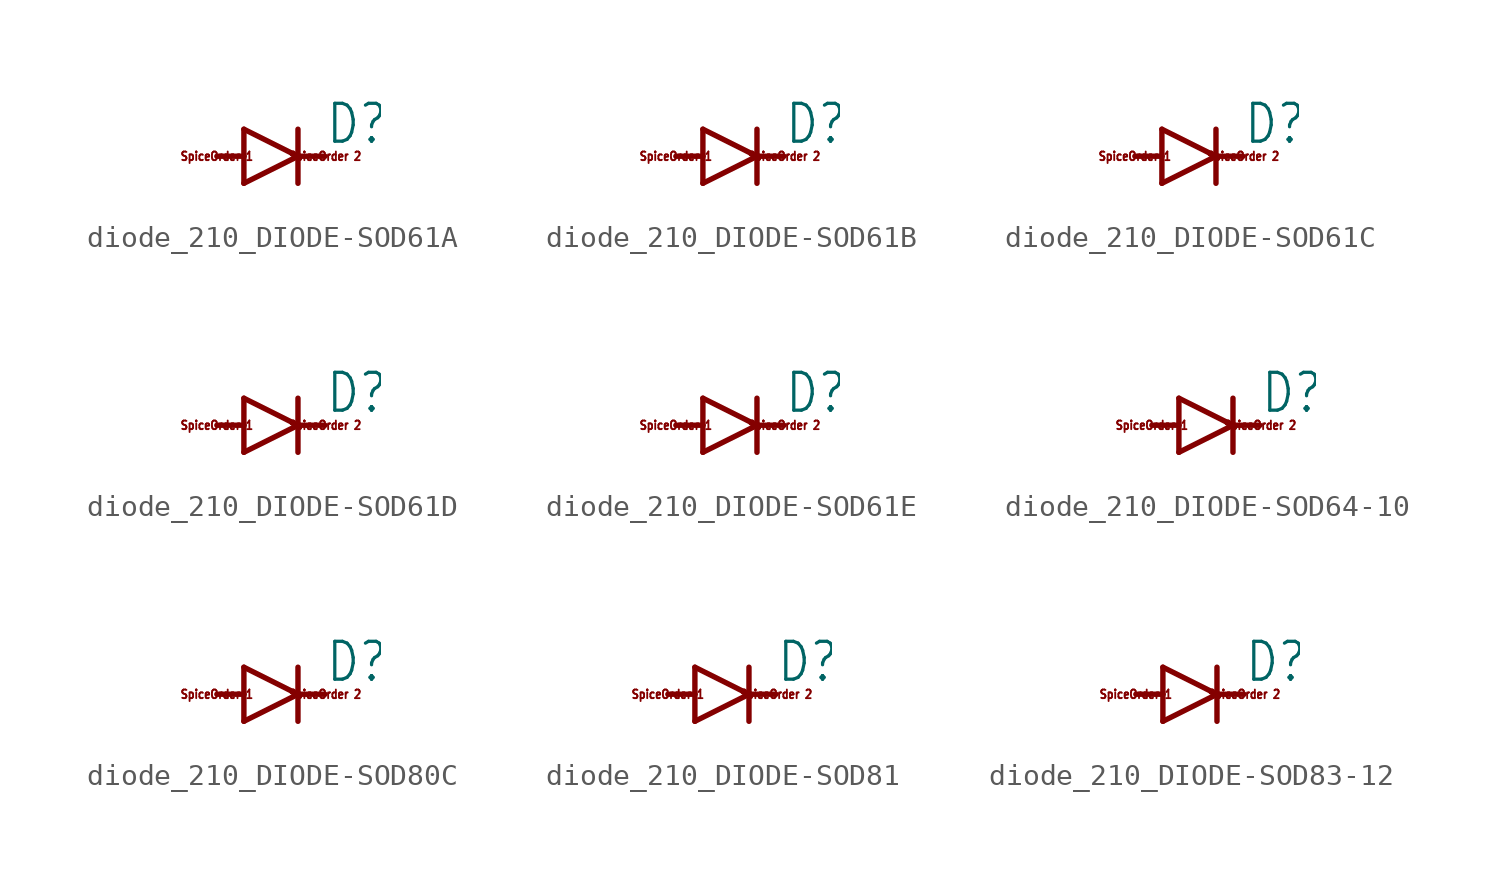
<source format=kicad_sym>
(kicad_symbol_lib
  (version 20241209)
  (generator "kicad_symbol_editor")
  (generator_version "9.0")
  (symbol "diode_210_DIODE-SOD61A"
    (property "Reference" "D"
      (at 2.54 0.483 0)
      (effects (font (size 1.778 1.511)) (justify left bottom)))
    (property "Value" ""
      (at 2.54 -2.311 0)
      (effects (font (size 1.778 1.511)) (justify left bottom)))
    (property "ki_locked" ""
      (at 0 0 0)
      (effects (font (size 1.27 1.27))))
    (symbol "diode_210_DIODE-SOD61A_1_0"
      (polyline (pts (xy -1.27 1.27) (xy -1.27 0)) (stroke (width 0.254) (type solid)) (fill (type none)))
      (polyline (pts (xy -1.27 0) (xy -2.54 0)) (stroke (width 0.254) (type solid)) (fill (type none)))
      (polyline (pts (xy -1.27 0) (xy -1.27 -1.27)) (stroke (width 0.254) (type solid)) (fill (type none)))
      (polyline (pts (xy -1.27 -1.27) (xy 1.27 0)) (stroke (width 0.254) (type solid)) (fill (type none)))
      (polyline (pts (xy 1.27 1.27) (xy 1.27 0)) (stroke (width 0.254) (type solid)) (fill (type none)))
      (polyline (pts (xy 1.27 0) (xy -1.27 1.27)) (stroke (width 0.254) (type solid)) (fill (type none)))
      (polyline (pts (xy 1.27 0) (xy 1.27 -1.27)) (stroke (width 0.254) (type solid)) (fill (type none)))
      (polyline (pts (xy 2.54 0) (xy 1.27 0)) (stroke (width 0.254) (type solid)) (fill (type none)))
      (text "SpiceOrder 1" (at -2.54 0 0) (effects (font (size 0.406 0.345))))
      (text "SpiceOrder 2" (at 2.54 0 0) (effects (font (size 0.406 0.345))))
      (pin passive line (at -2.54 0 0) (length 0) (name "A" (effects (font (size 0 0)))) (number "A" (effects (font (size 0 0)))))
      (pin passive line (at 2.54 0 180) (length 0) (name "C" (effects (font (size 0 0)))) (number "C" (effects (font (size 0 0)))))))
  (symbol "diode_210_DIODE-SOD61B"
    (property "Reference" "D"
      (at 2.54 0.483 0)
      (effects (font (size 1.778 1.511)) (justify left bottom)))
    (property "Value" ""
      (at 2.54 -2.311 0)
      (effects (font (size 1.778 1.511)) (justify left bottom)))
    (property "ki_locked" ""
      (at 0 0 0)
      (effects (font (size 1.27 1.27))))
    (symbol "diode_210_DIODE-SOD61B_1_0"
      (polyline (pts (xy -1.27 1.27) (xy -1.27 0)) (stroke (width 0.254) (type solid)) (fill (type none)))
      (polyline (pts (xy -1.27 0) (xy -2.54 0)) (stroke (width 0.254) (type solid)) (fill (type none)))
      (polyline (pts (xy -1.27 0) (xy -1.27 -1.27)) (stroke (width 0.254) (type solid)) (fill (type none)))
      (polyline (pts (xy -1.27 -1.27) (xy 1.27 0)) (stroke (width 0.254) (type solid)) (fill (type none)))
      (polyline (pts (xy 1.27 1.27) (xy 1.27 0)) (stroke (width 0.254) (type solid)) (fill (type none)))
      (polyline (pts (xy 1.27 0) (xy -1.27 1.27)) (stroke (width 0.254) (type solid)) (fill (type none)))
      (polyline (pts (xy 1.27 0) (xy 1.27 -1.27)) (stroke (width 0.254) (type solid)) (fill (type none)))
      (polyline (pts (xy 2.54 0) (xy 1.27 0)) (stroke (width 0.254) (type solid)) (fill (type none)))
      (text "SpiceOrder 1" (at -2.54 0 0) (effects (font (size 0.406 0.345))))
      (text "SpiceOrder 2" (at 2.54 0 0) (effects (font (size 0.406 0.345))))
      (pin passive line (at -2.54 0 0) (length 0) (name "A" (effects (font (size 0 0)))) (number "A" (effects (font (size 0 0)))))
      (pin passive line (at 2.54 0 180) (length 0) (name "C" (effects (font (size 0 0)))) (number "C" (effects (font (size 0 0)))))))
  (symbol "diode_210_DIODE-SOD61C"
    (property "Reference" "D"
      (at 2.54 0.483 0)
      (effects (font (size 1.778 1.511)) (justify left bottom)))
    (property "Value" ""
      (at 2.54 -2.311 0)
      (effects (font (size 1.778 1.511)) (justify left bottom)))
    (property "ki_locked" ""
      (at 0 0 0)
      (effects (font (size 1.27 1.27))))
    (symbol "diode_210_DIODE-SOD61C_1_0"
      (polyline (pts (xy -1.27 1.27) (xy -1.27 0)) (stroke (width 0.254) (type solid)) (fill (type none)))
      (polyline (pts (xy -1.27 0) (xy -2.54 0)) (stroke (width 0.254) (type solid)) (fill (type none)))
      (polyline (pts (xy -1.27 0) (xy -1.27 -1.27)) (stroke (width 0.254) (type solid)) (fill (type none)))
      (polyline (pts (xy -1.27 -1.27) (xy 1.27 0)) (stroke (width 0.254) (type solid)) (fill (type none)))
      (polyline (pts (xy 1.27 1.27) (xy 1.27 0)) (stroke (width 0.254) (type solid)) (fill (type none)))
      (polyline (pts (xy 1.27 0) (xy -1.27 1.27)) (stroke (width 0.254) (type solid)) (fill (type none)))
      (polyline (pts (xy 1.27 0) (xy 1.27 -1.27)) (stroke (width 0.254) (type solid)) (fill (type none)))
      (polyline (pts (xy 2.54 0) (xy 1.27 0)) (stroke (width 0.254) (type solid)) (fill (type none)))
      (text "SpiceOrder 1" (at -2.54 0 0) (effects (font (size 0.406 0.345))))
      (text "SpiceOrder 2" (at 2.54 0 0) (effects (font (size 0.406 0.345))))
      (pin passive line (at -2.54 0 0) (length 0) (name "A" (effects (font (size 0 0)))) (number "A" (effects (font (size 0 0)))))
      (pin passive line (at 2.54 0 180) (length 0) (name "C" (effects (font (size 0 0)))) (number "C" (effects (font (size 0 0)))))))
  (symbol "diode_210_DIODE-SOD61D"
    (property "Reference" "D"
      (at 2.54 0.483 0)
      (effects (font (size 1.778 1.511)) (justify left bottom)))
    (property "Value" ""
      (at 2.54 -2.311 0)
      (effects (font (size 1.778 1.511)) (justify left bottom)))
    (property "ki_locked" ""
      (at 0 0 0)
      (effects (font (size 1.27 1.27))))
    (symbol "diode_210_DIODE-SOD61D_1_0"
      (polyline (pts (xy -1.27 1.27) (xy -1.27 0)) (stroke (width 0.254) (type solid)) (fill (type none)))
      (polyline (pts (xy -1.27 0) (xy -2.54 0)) (stroke (width 0.254) (type solid)) (fill (type none)))
      (polyline (pts (xy -1.27 0) (xy -1.27 -1.27)) (stroke (width 0.254) (type solid)) (fill (type none)))
      (polyline (pts (xy -1.27 -1.27) (xy 1.27 0)) (stroke (width 0.254) (type solid)) (fill (type none)))
      (polyline (pts (xy 1.27 1.27) (xy 1.27 0)) (stroke (width 0.254) (type solid)) (fill (type none)))
      (polyline (pts (xy 1.27 0) (xy -1.27 1.27)) (stroke (width 0.254) (type solid)) (fill (type none)))
      (polyline (pts (xy 1.27 0) (xy 1.27 -1.27)) (stroke (width 0.254) (type solid)) (fill (type none)))
      (polyline (pts (xy 2.54 0) (xy 1.27 0)) (stroke (width 0.254) (type solid)) (fill (type none)))
      (text "SpiceOrder 1" (at -2.54 0 0) (effects (font (size 0.406 0.345))))
      (text "SpiceOrder 2" (at 2.54 0 0) (effects (font (size 0.406 0.345))))
      (pin passive line (at -2.54 0 0) (length 0) (name "A" (effects (font (size 0 0)))) (number "A" (effects (font (size 0 0)))))
      (pin passive line (at 2.54 0 180) (length 0) (name "C" (effects (font (size 0 0)))) (number "C" (effects (font (size 0 0)))))))
  (symbol "diode_210_DIODE-SOD61E"
    (property "Reference" "D"
      (at 2.54 0.483 0)
      (effects (font (size 1.778 1.511)) (justify left bottom)))
    (property "Value" ""
      (at 2.54 -2.311 0)
      (effects (font (size 1.778 1.511)) (justify left bottom)))
    (property "ki_locked" ""
      (at 0 0 0)
      (effects (font (size 1.27 1.27))))
    (symbol "diode_210_DIODE-SOD61E_1_0"
      (polyline (pts (xy -1.27 1.27) (xy -1.27 0)) (stroke (width 0.254) (type solid)) (fill (type none)))
      (polyline (pts (xy -1.27 0) (xy -2.54 0)) (stroke (width 0.254) (type solid)) (fill (type none)))
      (polyline (pts (xy -1.27 0) (xy -1.27 -1.27)) (stroke (width 0.254) (type solid)) (fill (type none)))
      (polyline (pts (xy -1.27 -1.27) (xy 1.27 0)) (stroke (width 0.254) (type solid)) (fill (type none)))
      (polyline (pts (xy 1.27 1.27) (xy 1.27 0)) (stroke (width 0.254) (type solid)) (fill (type none)))
      (polyline (pts (xy 1.27 0) (xy -1.27 1.27)) (stroke (width 0.254) (type solid)) (fill (type none)))
      (polyline (pts (xy 1.27 0) (xy 1.27 -1.27)) (stroke (width 0.254) (type solid)) (fill (type none)))
      (polyline (pts (xy 2.54 0) (xy 1.27 0)) (stroke (width 0.254) (type solid)) (fill (type none)))
      (text "SpiceOrder 1" (at -2.54 0 0) (effects (font (size 0.406 0.345))))
      (text "SpiceOrder 2" (at 2.54 0 0) (effects (font (size 0.406 0.345))))
      (pin passive line (at -2.54 0 0) (length 0) (name "A" (effects (font (size 0 0)))) (number "A" (effects (font (size 0 0)))))
      (pin passive line (at 2.54 0 180) (length 0) (name "C" (effects (font (size 0 0)))) (number "C" (effects (font (size 0 0)))))))
  (symbol "diode_210_DIODE-SOD64-10"
    (property "Reference" "D"
      (at 2.54 0.483 0)
      (effects (font (size 1.778 1.511)) (justify left bottom)))
    (property "Value" ""
      (at 2.54 -2.311 0)
      (effects (font (size 1.778 1.511)) (justify left bottom)))
    (property "ki_locked" ""
      (at 0 0 0)
      (effects (font (size 1.27 1.27))))
    (symbol "diode_210_DIODE-SOD64-10_1_0"
      (polyline (pts (xy -1.27 1.27) (xy -1.27 0)) (stroke (width 0.254) (type solid)) (fill (type none)))
      (polyline (pts (xy -1.27 0) (xy -2.54 0)) (stroke (width 0.254) (type solid)) (fill (type none)))
      (polyline (pts (xy -1.27 0) (xy -1.27 -1.27)) (stroke (width 0.254) (type solid)) (fill (type none)))
      (polyline (pts (xy -1.27 -1.27) (xy 1.27 0)) (stroke (width 0.254) (type solid)) (fill (type none)))
      (polyline (pts (xy 1.27 1.27) (xy 1.27 0)) (stroke (width 0.254) (type solid)) (fill (type none)))
      (polyline (pts (xy 1.27 0) (xy -1.27 1.27)) (stroke (width 0.254) (type solid)) (fill (type none)))
      (polyline (pts (xy 1.27 0) (xy 1.27 -1.27)) (stroke (width 0.254) (type solid)) (fill (type none)))
      (polyline (pts (xy 2.54 0) (xy 1.27 0)) (stroke (width 0.254) (type solid)) (fill (type none)))
      (text "SpiceOrder 1" (at -2.54 0 0) (effects (font (size 0.406 0.345))))
      (text "SpiceOrder 2" (at 2.54 0 0) (effects (font (size 0.406 0.345))))
      (pin passive line (at -2.54 0 0) (length 0) (name "A" (effects (font (size 0 0)))) (number "A" (effects (font (size 0 0)))))
      (pin passive line (at 2.54 0 180) (length 0) (name "C" (effects (font (size 0 0)))) (number "C" (effects (font (size 0 0)))))))
  (symbol "diode_210_DIODE-SOD80C"
    (property "Reference" "D"
      (at 2.54 0.483 0)
      (effects (font (size 1.778 1.511)) (justify left bottom)))
    (property "Value" ""
      (at 2.54 -2.311 0)
      (effects (font (size 1.778 1.511)) (justify left bottom)))
    (property "ki_locked" ""
      (at 0 0 0)
      (effects (font (size 1.27 1.27))))
    (symbol "diode_210_DIODE-SOD80C_1_0"
      (polyline (pts (xy -1.27 1.27) (xy -1.27 0)) (stroke (width 0.254) (type solid)) (fill (type none)))
      (polyline (pts (xy -1.27 0) (xy -2.54 0)) (stroke (width 0.254) (type solid)) (fill (type none)))
      (polyline (pts (xy -1.27 0) (xy -1.27 -1.27)) (stroke (width 0.254) (type solid)) (fill (type none)))
      (polyline (pts (xy -1.27 -1.27) (xy 1.27 0)) (stroke (width 0.254) (type solid)) (fill (type none)))
      (polyline (pts (xy 1.27 1.27) (xy 1.27 0)) (stroke (width 0.254) (type solid)) (fill (type none)))
      (polyline (pts (xy 1.27 0) (xy -1.27 1.27)) (stroke (width 0.254) (type solid)) (fill (type none)))
      (polyline (pts (xy 1.27 0) (xy 1.27 -1.27)) (stroke (width 0.254) (type solid)) (fill (type none)))
      (polyline (pts (xy 2.54 0) (xy 1.27 0)) (stroke (width 0.254) (type solid)) (fill (type none)))
      (text "SpiceOrder 1" (at -2.54 0 0) (effects (font (size 0.406 0.345))))
      (text "SpiceOrder 2" (at 2.54 0 0) (effects (font (size 0.406 0.345))))
      (pin passive line (at -2.54 0 0) (length 0) (name "A" (effects (font (size 0 0)))) (number "A" (effects (font (size 0 0)))))
      (pin passive line (at 2.54 0 180) (length 0) (name "C" (effects (font (size 0 0)))) (number "C" (effects (font (size 0 0)))))))
  (symbol "diode_210_DIODE-SOD81"
    (property "Reference" "D"
      (at 2.54 0.483 0)
      (effects (font (size 1.778 1.511)) (justify left bottom)))
    (property "Value" ""
      (at 2.54 -2.311 0)
      (effects (font (size 1.778 1.511)) (justify left bottom)))
    (property "ki_locked" ""
      (at 0 0 0)
      (effects (font (size 1.27 1.27))))
    (symbol "diode_210_DIODE-SOD81_1_0"
      (polyline (pts (xy -1.27 1.27) (xy -1.27 0)) (stroke (width 0.254) (type solid)) (fill (type none)))
      (polyline (pts (xy -1.27 0) (xy -2.54 0)) (stroke (width 0.254) (type solid)) (fill (type none)))
      (polyline (pts (xy -1.27 0) (xy -1.27 -1.27)) (stroke (width 0.254) (type solid)) (fill (type none)))
      (polyline (pts (xy -1.27 -1.27) (xy 1.27 0)) (stroke (width 0.254) (type solid)) (fill (type none)))
      (polyline (pts (xy 1.27 1.27) (xy 1.27 0)) (stroke (width 0.254) (type solid)) (fill (type none)))
      (polyline (pts (xy 1.27 0) (xy -1.27 1.27)) (stroke (width 0.254) (type solid)) (fill (type none)))
      (polyline (pts (xy 1.27 0) (xy 1.27 -1.27)) (stroke (width 0.254) (type solid)) (fill (type none)))
      (polyline (pts (xy 2.54 0) (xy 1.27 0)) (stroke (width 0.254) (type solid)) (fill (type none)))
      (text "SpiceOrder 1" (at -2.54 0 0) (effects (font (size 0.406 0.345))))
      (text "SpiceOrder 2" (at 2.54 0 0) (effects (font (size 0.406 0.345))))
      (pin passive line (at -2.54 0 0) (length 0) (name "A" (effects (font (size 0 0)))) (number "A" (effects (font (size 0 0)))))
      (pin passive line (at 2.54 0 180) (length 0) (name "C" (effects (font (size 0 0)))) (number "C" (effects (font (size 0 0)))))))
  (symbol "diode_210_DIODE-SOD83-12"
    (property "Reference" "D"
      (at 2.54 0.483 0)
      (effects (font (size 1.778 1.511)) (justify left bottom)))
    (property "Value" ""
      (at 2.54 -2.311 0)
      (effects (font (size 1.778 1.511)) (justify left bottom)))
    (property "ki_locked" ""
      (at 0 0 0)
      (effects (font (size 1.27 1.27))))
    (symbol "diode_210_DIODE-SOD83-12_1_0"
      (polyline (pts (xy -1.27 1.27) (xy -1.27 0)) (stroke (width 0.254) (type solid)) (fill (type none)))
      (polyline (pts (xy -1.27 0) (xy -2.54 0)) (stroke (width 0.254) (type solid)) (fill (type none)))
      (polyline (pts (xy -1.27 0) (xy -1.27 -1.27)) (stroke (width 0.254) (type solid)) (fill (type none)))
      (polyline (pts (xy -1.27 -1.27) (xy 1.27 0)) (stroke (width 0.254) (type solid)) (fill (type none)))
      (polyline (pts (xy 1.27 1.27) (xy 1.27 0)) (stroke (width 0.254) (type solid)) (fill (type none)))
      (polyline (pts (xy 1.27 0) (xy -1.27 1.27)) (stroke (width 0.254) (type solid)) (fill (type none)))
      (polyline (pts (xy 1.27 0) (xy 1.27 -1.27)) (stroke (width 0.254) (type solid)) (fill (type none)))
      (polyline (pts (xy 2.54 0) (xy 1.27 0)) (stroke (width 0.254) (type solid)) (fill (type none)))
      (text "SpiceOrder 1" (at -2.54 0 0) (effects (font (size 0.406 0.345))))
      (text "SpiceOrder 2" (at 2.54 0 0) (effects (font (size 0.406 0.345))))
      (pin passive line (at -2.54 0 0) (length 0) (name "A" (effects (font (size 0 0)))) (number "A" (effects (font (size 0 0)))))
      (pin passive line (at 2.54 0 180) (length 0) (name "C" (effects (font (size 0 0)))) (number "C" (effects (font (size 0 0))))))))
</source>
